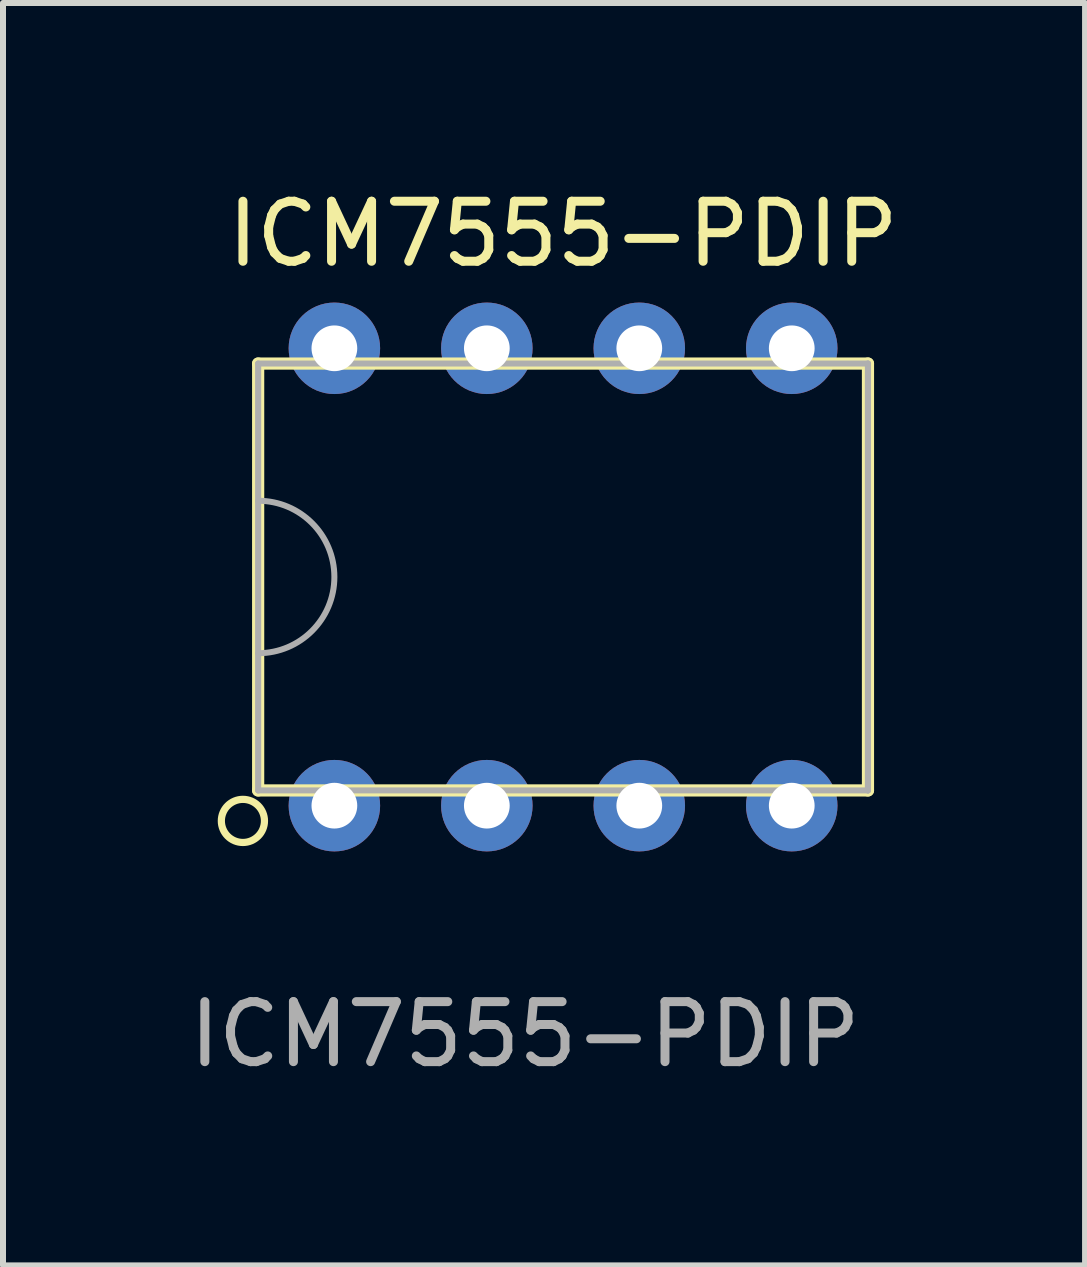
<source format=kicad_pcb>
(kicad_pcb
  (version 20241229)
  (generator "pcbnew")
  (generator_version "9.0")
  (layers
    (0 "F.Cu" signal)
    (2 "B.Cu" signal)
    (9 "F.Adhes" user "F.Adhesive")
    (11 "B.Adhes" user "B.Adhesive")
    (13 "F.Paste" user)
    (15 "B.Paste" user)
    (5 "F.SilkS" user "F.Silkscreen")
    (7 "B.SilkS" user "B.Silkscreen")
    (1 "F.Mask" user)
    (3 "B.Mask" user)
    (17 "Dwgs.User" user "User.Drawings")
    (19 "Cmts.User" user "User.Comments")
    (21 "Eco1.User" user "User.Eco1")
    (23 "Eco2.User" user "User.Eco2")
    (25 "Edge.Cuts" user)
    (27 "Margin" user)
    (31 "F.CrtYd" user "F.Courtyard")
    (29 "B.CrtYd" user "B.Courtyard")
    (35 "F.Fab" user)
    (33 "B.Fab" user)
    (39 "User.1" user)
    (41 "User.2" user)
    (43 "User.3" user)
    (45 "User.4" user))
  (footprint "ICM7555-PDIP"
    (layer "F.Cu")
    (at 6.331 6.563)
    (property "Reference" "ICM7555-PDIP" (at 0 -5.715 0) (unlocked yes) (layer "F.SilkS") (effects (font (size 1 1) (thickness 0.15))))
    (attr through_hole)
    (fp_line (start -5.08 -3.556) (end -5.08 3.556) (stroke (width 0.203) (type solid)) (layer "F.SilkS"))
    (fp_line (start -5.08 3.556) (end 5.08 3.556) (stroke (width 0.203) (type solid)) (layer "F.SilkS"))
    (fp_line (start 5.08 -3.556) (end -5.08 -3.556) (stroke (width 0.203) (type solid)) (layer "F.SilkS"))
    (fp_line (start 5.08 3.556) (end 5.08 -3.556) (stroke (width 0.203) (type solid)) (layer "F.SilkS"))
    (fp_circle (center -5.334 4.064) (end -5.588 3.81) (stroke (width 0.12) (type solid)) (fill no) (layer "F.SilkS"))
    (fp_line (start -5.08 -3.556) (end -5.08 3.556) (stroke (width 0.102) (type solid)) (layer "F.Fab"))
    (fp_line (start -5.08 -3.556) (end 5.08 -3.556) (stroke (width 0.1) (type solid)) (layer "F.Fab"))
    (fp_line (start 5.08 -3.556) (end 5.08 3.556) (stroke (width 0.1) (type solid)) (layer "F.Fab"))
    (fp_line (start 5.08 -3.556) (end 5.08 3.556) (stroke (width 0.102) (type solid)) (layer "F.Fab"))
    (fp_line (start 5.08 3.556) (end -5.08 3.556) (stroke (width 0.1) (type solid)) (layer "F.Fab"))
    (fp_arc (start -5.08 -1.27) (mid -3.81 0) (end -5.08 1.27) (stroke (width 0.1) (type solid)) (layer "F.Fab"))
    (fp_text user "${REFERENCE}" (at -0.635 7.62 0) (unlocked yes) (layer "F.Fab") (effects (font (size 1 1) (thickness 0.15))))
    (pad "1" thru_hole circle (at -3.81 3.81) (size 1.524 1.524) (drill 0.762) (layers "*.Cu" "*.Mask"))
    (pad "2" thru_hole circle (at -1.27 3.81) (size 1.524 1.524) (drill 0.762) (layers "*.Cu" "*.Mask"))
    (pad "3" thru_hole circle (at 1.27 3.81) (size 1.524 1.524) (drill 0.762) (layers "*.Cu" "*.Mask"))
    (pad "4" thru_hole circle (at 3.81 3.81) (size 1.524 1.524) (drill 0.762) (layers "*.Cu" "*.Mask"))
    (pad "5" thru_hole circle (at 3.81 -3.81) (size 1.524 1.524) (drill 0.762) (layers "*.Cu" "*.Mask"))
    (pad "6" thru_hole circle (at 1.27 -3.81) (size 1.524 1.524) (drill 0.762) (layers "*.Cu" "*.Mask"))
    (pad "7" thru_hole circle (at -1.27 -3.81) (size 1.524 1.524) (drill 0.762) (layers "*.Cu" "*.Mask"))
    (pad "8" thru_hole circle (at -3.81 -3.81) (size 1.524 1.524) (drill 0.762) (layers "*.Cu" "*.Mask")))
  (gr_rect
    (start -3 -3)
    (end 15.028 18.032)
    (stroke (width 0.1) (type default))
    (fill no)
    (layer "Edge.Cuts")))
</source>
